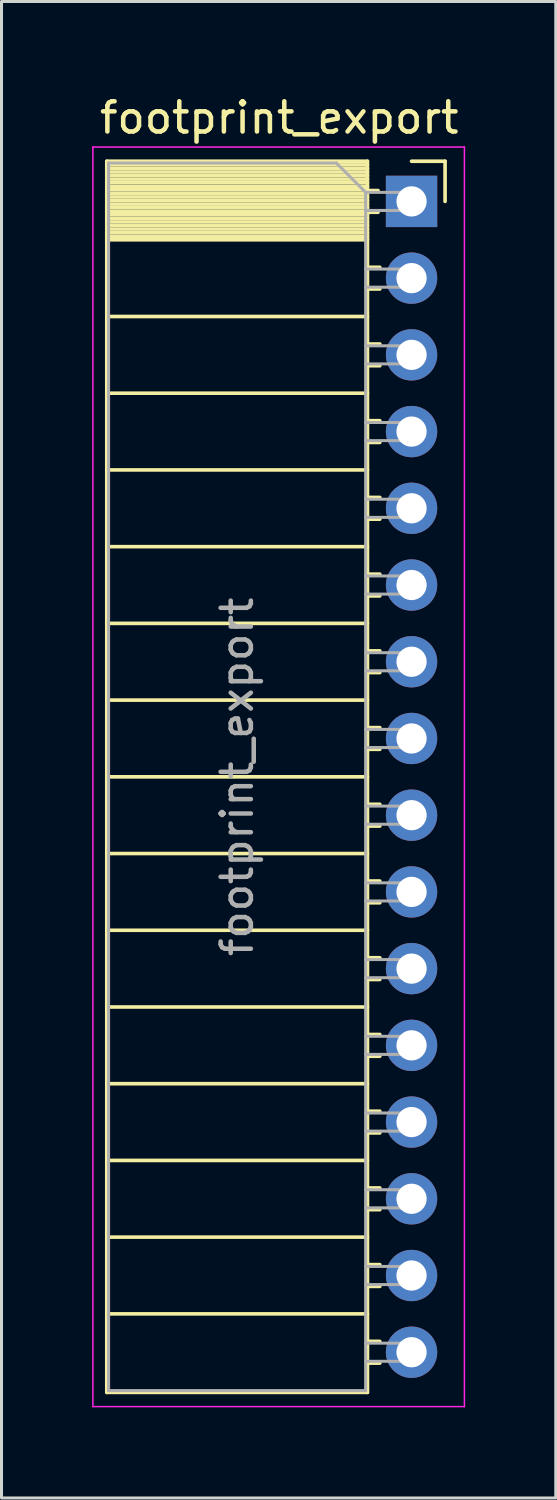
<source format=kicad_pcb>
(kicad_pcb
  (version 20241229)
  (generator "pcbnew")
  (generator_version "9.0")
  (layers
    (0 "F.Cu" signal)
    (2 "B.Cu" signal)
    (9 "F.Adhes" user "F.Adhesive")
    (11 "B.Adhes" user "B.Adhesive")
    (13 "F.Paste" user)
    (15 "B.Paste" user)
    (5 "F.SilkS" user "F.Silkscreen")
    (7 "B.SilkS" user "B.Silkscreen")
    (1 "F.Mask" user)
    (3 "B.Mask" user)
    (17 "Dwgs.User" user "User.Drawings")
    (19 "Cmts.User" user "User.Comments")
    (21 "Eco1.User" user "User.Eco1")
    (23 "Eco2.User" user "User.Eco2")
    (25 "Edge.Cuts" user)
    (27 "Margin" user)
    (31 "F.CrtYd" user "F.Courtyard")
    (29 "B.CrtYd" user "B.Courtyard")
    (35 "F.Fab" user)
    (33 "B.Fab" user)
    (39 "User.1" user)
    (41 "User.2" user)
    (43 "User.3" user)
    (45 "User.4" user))
  (footprint "footprint_export"
    (layer "F.Cu")
    (at 10.575 3.618)
    (property "Reference" "footprint_export" (at -4.38 -2.77 0) (layer "F.SilkS") (effects (font (size 1 1) (thickness 0.15))))
    (attr through_hole)
    (fp_line (start -10.09 -1.33) (end -10.09 39.43) (stroke (width 0.12) (type solid)) (layer "F.SilkS"))
    (fp_line (start -10.09 -1.33) (end -1.46 -1.33) (stroke (width 0.12) (type solid)) (layer "F.SilkS"))
    (fp_line (start -10.09 -1.21) (end -1.46 -1.21) (stroke (width 0.12) (type solid)) (layer "F.SilkS"))
    (fp_line (start -10.09 -1.092) (end -1.46 -1.092) (stroke (width 0.12) (type solid)) (layer "F.SilkS"))
    (fp_line (start -10.09 -0.974) (end -1.46 -0.974) (stroke (width 0.12) (type solid)) (layer "F.SilkS"))
    (fp_line (start -10.09 -0.856) (end -1.46 -0.856) (stroke (width 0.12) (type solid)) (layer "F.SilkS"))
    (fp_line (start -10.09 -0.738) (end -1.46 -0.738) (stroke (width 0.12) (type solid)) (layer "F.SilkS"))
    (fp_line (start -10.09 -0.62) (end -1.46 -0.62) (stroke (width 0.12) (type solid)) (layer "F.SilkS"))
    (fp_line (start -10.09 -0.501) (end -1.46 -0.501) (stroke (width 0.12) (type solid)) (layer "F.SilkS"))
    (fp_line (start -10.09 -0.383) (end -1.46 -0.383) (stroke (width 0.12) (type solid)) (layer "F.SilkS"))
    (fp_line (start -10.09 -0.265) (end -1.46 -0.265) (stroke (width 0.12) (type solid)) (layer "F.SilkS"))
    (fp_line (start -10.09 -0.147) (end -1.46 -0.147) (stroke (width 0.12) (type solid)) (layer "F.SilkS"))
    (fp_line (start -10.09 -0.029) (end -1.46 -0.029) (stroke (width 0.12) (type solid)) (layer "F.SilkS"))
    (fp_line (start -10.09 0.089) (end -1.46 0.089) (stroke (width 0.12) (type solid)) (layer "F.SilkS"))
    (fp_line (start -10.09 0.207) (end -1.46 0.207) (stroke (width 0.12) (type solid)) (layer "F.SilkS"))
    (fp_line (start -10.09 0.325) (end -1.46 0.325) (stroke (width 0.12) (type solid)) (layer "F.SilkS"))
    (fp_line (start -10.09 0.443) (end -1.46 0.443) (stroke (width 0.12) (type solid)) (layer "F.SilkS"))
    (fp_line (start -10.09 0.561) (end -1.46 0.561) (stroke (width 0.12) (type solid)) (layer "F.SilkS"))
    (fp_line (start -10.09 0.68) (end -1.46 0.68) (stroke (width 0.12) (type solid)) (layer "F.SilkS"))
    (fp_line (start -10.09 0.798) (end -1.46 0.798) (stroke (width 0.12) (type solid)) (layer "F.SilkS"))
    (fp_line (start -10.09 0.916) (end -1.46 0.916) (stroke (width 0.12) (type solid)) (layer "F.SilkS"))
    (fp_line (start -10.09 1.034) (end -1.46 1.034) (stroke (width 0.12) (type solid)) (layer "F.SilkS"))
    (fp_line (start -10.09 1.152) (end -1.46 1.152) (stroke (width 0.12) (type solid)) (layer "F.SilkS"))
    (fp_line (start -10.09 1.27) (end -1.46 1.27) (stroke (width 0.12) (type solid)) (layer "F.SilkS"))
    (fp_line (start -10.09 3.81) (end -1.46 3.81) (stroke (width 0.12) (type solid)) (layer "F.SilkS"))
    (fp_line (start -10.09 6.35) (end -1.46 6.35) (stroke (width 0.12) (type solid)) (layer "F.SilkS"))
    (fp_line (start -10.09 8.89) (end -1.46 8.89) (stroke (width 0.12) (type solid)) (layer "F.SilkS"))
    (fp_line (start -10.09 11.43) (end -1.46 11.43) (stroke (width 0.12) (type solid)) (layer "F.SilkS"))
    (fp_line (start -10.09 13.97) (end -1.46 13.97) (stroke (width 0.12) (type solid)) (layer "F.SilkS"))
    (fp_line (start -10.09 16.51) (end -1.46 16.51) (stroke (width 0.12) (type solid)) (layer "F.SilkS"))
    (fp_line (start -10.09 19.05) (end -1.46 19.05) (stroke (width 0.12) (type solid)) (layer "F.SilkS"))
    (fp_line (start -10.09 21.59) (end -1.46 21.59) (stroke (width 0.12) (type solid)) (layer "F.SilkS"))
    (fp_line (start -10.09 24.13) (end -1.46 24.13) (stroke (width 0.12) (type solid)) (layer "F.SilkS"))
    (fp_line (start -10.09 26.67) (end -1.46 26.67) (stroke (width 0.12) (type solid)) (layer "F.SilkS"))
    (fp_line (start -10.09 29.21) (end -1.46 29.21) (stroke (width 0.12) (type solid)) (layer "F.SilkS"))
    (fp_line (start -10.09 31.75) (end -1.46 31.75) (stroke (width 0.12) (type solid)) (layer "F.SilkS"))
    (fp_line (start -10.09 34.29) (end -1.46 34.29) (stroke (width 0.12) (type solid)) (layer "F.SilkS"))
    (fp_line (start -10.09 36.83) (end -1.46 36.83) (stroke (width 0.12) (type solid)) (layer "F.SilkS"))
    (fp_line (start -10.09 39.43) (end -1.46 39.43) (stroke (width 0.12) (type solid)) (layer "F.SilkS"))
    (fp_line (start -1.46 -1.33) (end -1.46 39.43) (stroke (width 0.12) (type solid)) (layer "F.SilkS"))
    (fp_line (start -1.46 -0.36) (end -1.11 -0.36) (stroke (width 0.12) (type solid)) (layer "F.SilkS"))
    (fp_line (start -1.46 0.36) (end -1.11 0.36) (stroke (width 0.12) (type solid)) (layer "F.SilkS"))
    (fp_line (start -1.46 2.18) (end -1.05 2.18) (stroke (width 0.12) (type solid)) (layer "F.SilkS"))
    (fp_line (start -1.46 2.9) (end -1.05 2.9) (stroke (width 0.12) (type solid)) (layer "F.SilkS"))
    (fp_line (start -1.46 4.72) (end -1.05 4.72) (stroke (width 0.12) (type solid)) (layer "F.SilkS"))
    (fp_line (start -1.46 5.44) (end -1.05 5.44) (stroke (width 0.12) (type solid)) (layer "F.SilkS"))
    (fp_line (start -1.46 7.26) (end -1.05 7.26) (stroke (width 0.12) (type solid)) (layer "F.SilkS"))
    (fp_line (start -1.46 7.98) (end -1.05 7.98) (stroke (width 0.12) (type solid)) (layer "F.SilkS"))
    (fp_line (start -1.46 9.8) (end -1.05 9.8) (stroke (width 0.12) (type solid)) (layer "F.SilkS"))
    (fp_line (start -1.46 10.52) (end -1.05 10.52) (stroke (width 0.12) (type solid)) (layer "F.SilkS"))
    (fp_line (start -1.46 12.34) (end -1.05 12.34) (stroke (width 0.12) (type solid)) (layer "F.SilkS"))
    (fp_line (start -1.46 13.06) (end -1.05 13.06) (stroke (width 0.12) (type solid)) (layer "F.SilkS"))
    (fp_line (start -1.46 14.88) (end -1.05 14.88) (stroke (width 0.12) (type solid)) (layer "F.SilkS"))
    (fp_line (start -1.46 15.6) (end -1.05 15.6) (stroke (width 0.12) (type solid)) (layer "F.SilkS"))
    (fp_line (start -1.46 17.42) (end -1.05 17.42) (stroke (width 0.12) (type solid)) (layer "F.SilkS"))
    (fp_line (start -1.46 18.14) (end -1.05 18.14) (stroke (width 0.12) (type solid)) (layer "F.SilkS"))
    (fp_line (start -1.46 19.96) (end -1.05 19.96) (stroke (width 0.12) (type solid)) (layer "F.SilkS"))
    (fp_line (start -1.46 20.68) (end -1.05 20.68) (stroke (width 0.12) (type solid)) (layer "F.SilkS"))
    (fp_line (start -1.46 22.5) (end -1.05 22.5) (stroke (width 0.12) (type solid)) (layer "F.SilkS"))
    (fp_line (start -1.46 23.22) (end -1.05 23.22) (stroke (width 0.12) (type solid)) (layer "F.SilkS"))
    (fp_line (start -1.46 25.04) (end -1.05 25.04) (stroke (width 0.12) (type solid)) (layer "F.SilkS"))
    (fp_line (start -1.46 25.76) (end -1.05 25.76) (stroke (width 0.12) (type solid)) (layer "F.SilkS"))
    (fp_line (start -1.46 27.58) (end -1.05 27.58) (stroke (width 0.12) (type solid)) (layer "F.SilkS"))
    (fp_line (start -1.46 28.3) (end -1.05 28.3) (stroke (width 0.12) (type solid)) (layer "F.SilkS"))
    (fp_line (start -1.46 30.12) (end -1.05 30.12) (stroke (width 0.12) (type solid)) (layer "F.SilkS"))
    (fp_line (start -1.46 30.84) (end -1.05 30.84) (stroke (width 0.12) (type solid)) (layer "F.SilkS"))
    (fp_line (start -1.46 32.66) (end -1.05 32.66) (stroke (width 0.12) (type solid)) (layer "F.SilkS"))
    (fp_line (start -1.46 33.38) (end -1.05 33.38) (stroke (width 0.12) (type solid)) (layer "F.SilkS"))
    (fp_line (start -1.46 35.2) (end -1.05 35.2) (stroke (width 0.12) (type solid)) (layer "F.SilkS"))
    (fp_line (start -1.46 35.92) (end -1.05 35.92) (stroke (width 0.12) (type solid)) (layer "F.SilkS"))
    (fp_line (start -1.46 37.74) (end -1.05 37.74) (stroke (width 0.12) (type solid)) (layer "F.SilkS"))
    (fp_line (start -1.46 38.46) (end -1.05 38.46) (stroke (width 0.12) (type solid)) (layer "F.SilkS"))
    (fp_line (start 0 -1.33) (end 1.11 -1.33) (stroke (width 0.12) (type solid)) (layer "F.SilkS"))
    (fp_line (start 1.11 -1.33) (end 1.11 0) (stroke (width 0.12) (type solid)) (layer "F.SilkS"))
    (fp_line (start -10.55 -1.8) (end -10.55 39.9) (stroke (width 0.05) (type solid)) (layer "F.CrtYd"))
    (fp_line (start -10.55 39.9) (end 1.75 39.9) (stroke (width 0.05) (type solid)) (layer "F.CrtYd"))
    (fp_line (start 1.75 -1.8) (end -10.55 -1.8) (stroke (width 0.05) (type solid)) (layer "F.CrtYd"))
    (fp_line (start 1.75 39.9) (end 1.75 -1.8) (stroke (width 0.05) (type solid)) (layer "F.CrtYd"))
    (fp_line (start -10.03 -1.27) (end -2.49 -1.27) (stroke (width 0.1) (type solid)) (layer "F.Fab"))
    (fp_line (start -10.03 39.37) (end -10.03 -1.27) (stroke (width 0.1) (type solid)) (layer "F.Fab"))
    (fp_line (start -2.49 -1.27) (end -1.52 -0.3) (stroke (width 0.1) (type solid)) (layer "F.Fab"))
    (fp_line (start -1.52 -0.3) (end -1.52 39.37) (stroke (width 0.1) (type solid)) (layer "F.Fab"))
    (fp_line (start -1.52 0.3) (end 0 0.3) (stroke (width 0.1) (type solid)) (layer "F.Fab"))
    (fp_line (start -1.52 2.84) (end 0 2.84) (stroke (width 0.1) (type solid)) (layer "F.Fab"))
    (fp_line (start -1.52 5.38) (end 0 5.38) (stroke (width 0.1) (type solid)) (layer "F.Fab"))
    (fp_line (start -1.52 7.92) (end 0 7.92) (stroke (width 0.1) (type solid)) (layer "F.Fab"))
    (fp_line (start -1.52 10.46) (end 0 10.46) (stroke (width 0.1) (type solid)) (layer "F.Fab"))
    (fp_line (start -1.52 13) (end 0 13) (stroke (width 0.1) (type solid)) (layer "F.Fab"))
    (fp_line (start -1.52 15.54) (end 0 15.54) (stroke (width 0.1) (type solid)) (layer "F.Fab"))
    (fp_line (start -1.52 18.08) (end 0 18.08) (stroke (width 0.1) (type solid)) (layer "F.Fab"))
    (fp_line (start -1.52 20.62) (end 0 20.62) (stroke (width 0.1) (type solid)) (layer "F.Fab"))
    (fp_line (start -1.52 23.16) (end 0 23.16) (stroke (width 0.1) (type solid)) (layer "F.Fab"))
    (fp_line (start -1.52 25.7) (end 0 25.7) (stroke (width 0.1) (type solid)) (layer "F.Fab"))
    (fp_line (start -1.52 28.24) (end 0 28.24) (stroke (width 0.1) (type solid)) (layer "F.Fab"))
    (fp_line (start -1.52 30.78) (end 0 30.78) (stroke (width 0.1) (type solid)) (layer "F.Fab"))
    (fp_line (start -1.52 33.32) (end 0 33.32) (stroke (width 0.1) (type solid)) (layer "F.Fab"))
    (fp_line (start -1.52 35.86) (end 0 35.86) (stroke (width 0.1) (type solid)) (layer "F.Fab"))
    (fp_line (start -1.52 38.4) (end 0 38.4) (stroke (width 0.1) (type solid)) (layer "F.Fab"))
    (fp_line (start -1.52 39.37) (end -10.03 39.37) (stroke (width 0.1) (type solid)) (layer "F.Fab"))
    (fp_line (start 0 -0.3) (end -1.52 -0.3) (stroke (width 0.1) (type solid)) (layer "F.Fab"))
    (fp_line (start 0 0.3) (end 0 -0.3) (stroke (width 0.1) (type solid)) (layer "F.Fab"))
    (fp_line (start 0 2.24) (end -1.52 2.24) (stroke (width 0.1) (type solid)) (layer "F.Fab"))
    (fp_line (start 0 2.84) (end 0 2.24) (stroke (width 0.1) (type solid)) (layer "F.Fab"))
    (fp_line (start 0 4.78) (end -1.52 4.78) (stroke (width 0.1) (type solid)) (layer "F.Fab"))
    (fp_line (start 0 5.38) (end 0 4.78) (stroke (width 0.1) (type solid)) (layer "F.Fab"))
    (fp_line (start 0 7.32) (end -1.52 7.32) (stroke (width 0.1) (type solid)) (layer "F.Fab"))
    (fp_line (start 0 7.92) (end 0 7.32) (stroke (width 0.1) (type solid)) (layer "F.Fab"))
    (fp_line (start 0 9.86) (end -1.52 9.86) (stroke (width 0.1) (type solid)) (layer "F.Fab"))
    (fp_line (start 0 10.46) (end 0 9.86) (stroke (width 0.1) (type solid)) (layer "F.Fab"))
    (fp_line (start 0 12.4) (end -1.52 12.4) (stroke (width 0.1) (type solid)) (layer "F.Fab"))
    (fp_line (start 0 13) (end 0 12.4) (stroke (width 0.1) (type solid)) (layer "F.Fab"))
    (fp_line (start 0 14.94) (end -1.52 14.94) (stroke (width 0.1) (type solid)) (layer "F.Fab"))
    (fp_line (start 0 15.54) (end 0 14.94) (stroke (width 0.1) (type solid)) (layer "F.Fab"))
    (fp_line (start 0 17.48) (end -1.52 17.48) (stroke (width 0.1) (type solid)) (layer "F.Fab"))
    (fp_line (start 0 18.08) (end 0 17.48) (stroke (width 0.1) (type solid)) (layer "F.Fab"))
    (fp_line (start 0 20.02) (end -1.52 20.02) (stroke (width 0.1) (type solid)) (layer "F.Fab"))
    (fp_line (start 0 20.62) (end 0 20.02) (stroke (width 0.1) (type solid)) (layer "F.Fab"))
    (fp_line (start 0 22.56) (end -1.52 22.56) (stroke (width 0.1) (type solid)) (layer "F.Fab"))
    (fp_line (start 0 23.16) (end 0 22.56) (stroke (width 0.1) (type solid)) (layer "F.Fab"))
    (fp_line (start 0 25.1) (end -1.52 25.1) (stroke (width 0.1) (type solid)) (layer "F.Fab"))
    (fp_line (start 0 25.7) (end 0 25.1) (stroke (width 0.1) (type solid)) (layer "F.Fab"))
    (fp_line (start 0 27.64) (end -1.52 27.64) (stroke (width 0.1) (type solid)) (layer "F.Fab"))
    (fp_line (start 0 28.24) (end 0 27.64) (stroke (width 0.1) (type solid)) (layer "F.Fab"))
    (fp_line (start 0 30.18) (end -1.52 30.18) (stroke (width 0.1) (type solid)) (layer "F.Fab"))
    (fp_line (start 0 30.78) (end 0 30.18) (stroke (width 0.1) (type solid)) (layer "F.Fab"))
    (fp_line (start 0 32.72) (end -1.52 32.72) (stroke (width 0.1) (type solid)) (layer "F.Fab"))
    (fp_line (start 0 33.32) (end 0 32.72) (stroke (width 0.1) (type solid)) (layer "F.Fab"))
    (fp_line (start 0 35.26) (end -1.52 35.26) (stroke (width 0.1) (type solid)) (layer "F.Fab"))
    (fp_line (start 0 35.86) (end 0 35.26) (stroke (width 0.1) (type solid)) (layer "F.Fab"))
    (fp_line (start 0 37.8) (end -1.52 37.8) (stroke (width 0.1) (type solid)) (layer "F.Fab"))
    (fp_line (start 0 38.4) (end 0 37.8) (stroke (width 0.1) (type solid)) (layer "F.Fab"))
    (fp_text user "${REFERENCE}" (at -5.775 19.05 90) (layer "F.Fab") (effects (font (size 1 1) (thickness 0.15))))
    (pad "1" thru_hole rect (at 0 0) (size 1.7 1.7) (drill 1) (layers "*.Cu" "*.Mask"))
    (pad "2" thru_hole oval (at 0 2.54) (size 1.7 1.7) (drill 1) (layers "*.Cu" "*.Mask"))
    (pad "3" thru_hole oval (at 0 5.08) (size 1.7 1.7) (drill 1) (layers "*.Cu" "*.Mask"))
    (pad "4" thru_hole oval (at 0 7.62) (size 1.7 1.7) (drill 1) (layers "*.Cu" "*.Mask"))
    (pad "5" thru_hole oval (at 0 10.16) (size 1.7 1.7) (drill 1) (layers "*.Cu" "*.Mask"))
    (pad "6" thru_hole oval (at 0 12.7) (size 1.7 1.7) (drill 1) (layers "*.Cu" "*.Mask"))
    (pad "7" thru_hole oval (at 0 15.24) (size 1.7 1.7) (drill 1) (layers "*.Cu" "*.Mask"))
    (pad "8" thru_hole oval (at 0 17.78) (size 1.7 1.7) (drill 1) (layers "*.Cu" "*.Mask"))
    (pad "9" thru_hole oval (at 0 20.32) (size 1.7 1.7) (drill 1) (layers "*.Cu" "*.Mask"))
    (pad "10" thru_hole oval (at 0 22.86) (size 1.7 1.7) (drill 1) (layers "*.Cu" "*.Mask"))
    (pad "11" thru_hole oval (at 0 25.4) (size 1.7 1.7) (drill 1) (layers "*.Cu" "*.Mask"))
    (pad "12" thru_hole oval (at 0 27.94) (size 1.7 1.7) (drill 1) (layers "*.Cu" "*.Mask"))
    (pad "13" thru_hole oval (at 0 30.48) (size 1.7 1.7) (drill 1) (layers "*.Cu" "*.Mask"))
    (pad "14" thru_hole oval (at 0 33.02) (size 1.7 1.7) (drill 1) (layers "*.Cu" "*.Mask"))
    (pad "15" thru_hole oval (at 0 35.56) (size 1.7 1.7) (drill 1) (layers "*.Cu" "*.Mask"))
    (pad "16" thru_hole oval (at 0 38.1) (size 1.7 1.7) (drill 1) (layers "*.Cu" "*.Mask")))
  (gr_rect
    (start -3 -3)
    (end 15.35 46.543)
    (stroke (width 0.1) (type default))
    (fill no)
    (layer "Edge.Cuts")))
</source>
